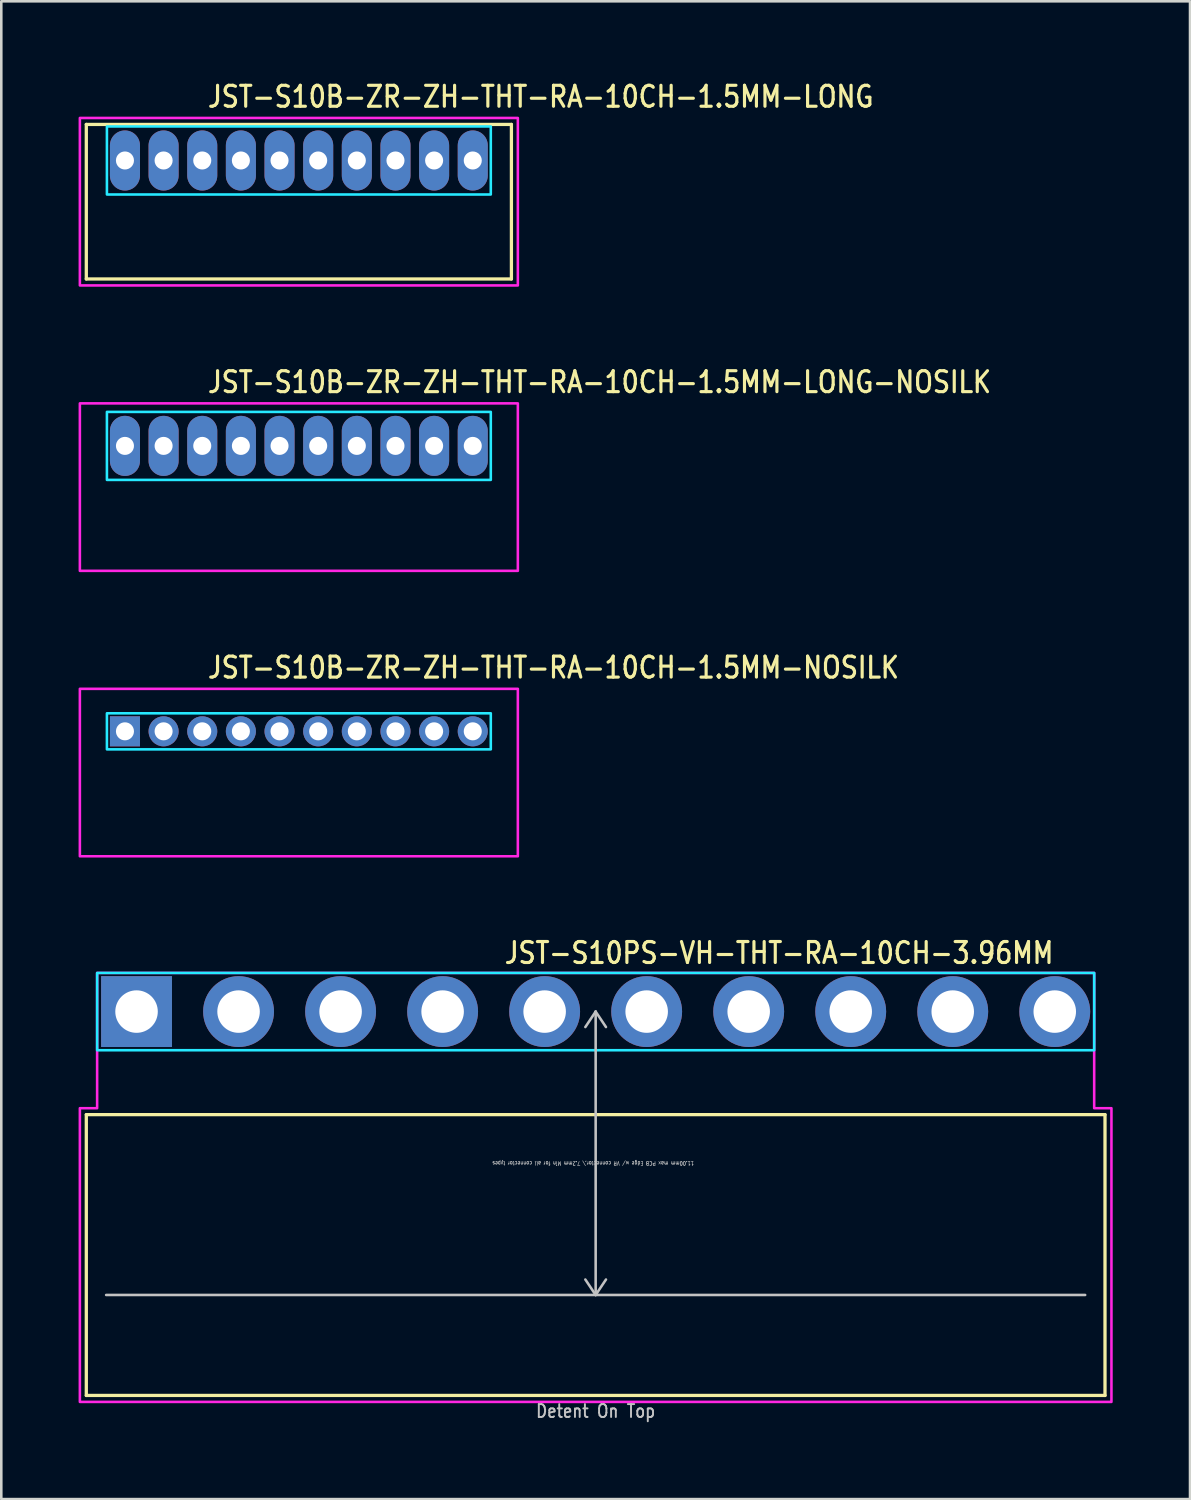
<source format=kicad_pcb>
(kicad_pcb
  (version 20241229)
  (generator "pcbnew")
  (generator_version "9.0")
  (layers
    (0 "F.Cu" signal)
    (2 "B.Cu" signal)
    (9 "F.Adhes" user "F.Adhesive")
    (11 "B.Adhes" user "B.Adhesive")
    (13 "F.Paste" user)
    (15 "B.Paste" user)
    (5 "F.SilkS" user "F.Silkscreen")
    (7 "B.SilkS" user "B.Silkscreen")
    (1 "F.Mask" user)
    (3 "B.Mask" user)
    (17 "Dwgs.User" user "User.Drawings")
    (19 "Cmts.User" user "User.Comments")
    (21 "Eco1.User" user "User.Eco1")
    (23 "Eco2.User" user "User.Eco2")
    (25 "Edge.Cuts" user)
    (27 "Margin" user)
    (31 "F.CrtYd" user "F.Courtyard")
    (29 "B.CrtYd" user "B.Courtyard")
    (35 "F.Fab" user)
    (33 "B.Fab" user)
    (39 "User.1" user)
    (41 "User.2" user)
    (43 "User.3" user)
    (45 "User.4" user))
  (footprint "JST-S10B-ZR-ZH-THT-RA-10CH-1.5MM-LONG-NOSILK"
    (layer "F.Cu")
    (at 8.55 14.257)
    (property "Reference" "JST-S10B-ZR-ZH-THT-RA-10CH-1.5MM-LONG-NOSILK" (at -3.6 -2 0) (unlocked yes) (layer "F.SilkS") (effects (font (size 0.813 0.695) (thickness 0.122)) (justify left bottom)))
    (fp_poly (pts (xy -7.45 -1.32) (xy -7.45 1.32) (xy 7.45 1.32) (xy 7.45 -1.32)) (stroke (width 0.1) (type solid)) (fill no) (layer "B.CrtYd"))
    (fp_poly (pts (xy -8.5 -1.65) (xy -8.5 4.85) (xy 8.5 4.85) (xy 8.5 -1.65)) (stroke (width 0.1) (type solid)) (fill no) (layer "F.CrtYd"))
    (pad "1" thru_hole oval (at -6.75 0 90) (size 2.333 1.167) (drill 0.7) (layers "*.Cu" "*.Mask"))
    (pad "2" thru_hole oval (at -5.25 0 90) (size 2.333 1.167) (drill 0.7) (layers "*.Cu" "*.Mask"))
    (pad "3" thru_hole oval (at -3.75 0 90) (size 2.333 1.167) (drill 0.7) (layers "*.Cu" "*.Mask"))
    (pad "4" thru_hole oval (at -2.25 0 90) (size 2.333 1.167) (drill 0.7) (layers "*.Cu" "*.Mask"))
    (pad "5" thru_hole oval (at -0.75 0 90) (size 2.333 1.167) (drill 0.7) (layers "*.Cu" "*.Mask"))
    (pad "6" thru_hole oval (at 0.75 0 90) (size 2.333 1.167) (drill 0.7) (layers "*.Cu" "*.Mask"))
    (pad "7" thru_hole oval (at 2.25 0 90) (size 2.333 1.167) (drill 0.7) (layers "*.Cu" "*.Mask"))
    (pad "8" thru_hole oval (at 3.75 0 90) (size 2.333 1.167) (drill 0.7) (layers "*.Cu" "*.Mask"))
    (pad "9" thru_hole oval (at 5.25 0 90) (size 2.333 1.167) (drill 0.7) (layers "*.Cu" "*.Mask"))
    (pad "10" thru_hole oval (at 6.75 0 90) (size 2.333 1.167) (drill 0.7) (layers "*.Cu" "*.Mask")))
  (footprint "JST-S10PS-VH-THT-RA-10CH-3.96MM"
    (layer "F.Cu")
    (at 20.07 36.214)
    (property "Reference" "JST-S10PS-VH-THT-RA-10CH-3.96MM" (at -3.6 -1.8 0) (unlocked yes) (layer "F.SilkS") (effects (font (size 0.813 0.695) (thickness 0.122)) (justify left bottom)))
    (fp_line (start -19.77 4) (end 19.77 4) (stroke (width 0.127) (type solid)) (layer "F.SilkS"))
    (fp_line (start -19.77 14.9) (end -19.77 4) (stroke (width 0.127) (type solid)) (layer "F.SilkS"))
    (fp_line (start -19.77 14.9) (end 19.77 14.9) (stroke (width 0.127) (type solid)) (layer "F.SilkS"))
    (fp_line (start 19.77 4) (end 19.77 14.9) (stroke (width 0.127) (type solid)) (layer "F.SilkS"))
    (fp_line (start -19 11) (end 19 11) (stroke (width 0.1) (type solid)) (layer "Dwgs.User"))
    (fp_line (start 0 0) (end -0.4 0.6) (stroke (width 0.1) (type solid)) (layer "Dwgs.User"))
    (fp_line (start 0 0) (end 0 11) (stroke (width 0.1) (type solid)) (layer "Dwgs.User"))
    (fp_line (start 0 0) (end 0.4 0.6) (stroke (width 0.1) (type solid)) (layer "Dwgs.User"))
    (fp_line (start 0 11) (end -0.4 10.4) (stroke (width 0.1) (type solid)) (layer "Dwgs.User"))
    (fp_line (start 0 11) (end 0.4 10.4) (stroke (width 0.1) (type solid)) (layer "Dwgs.User"))
    (fp_poly (pts (xy -19.35 -1.5) (xy -19.35 1.5) (xy 19.35 1.5) (xy 19.35 -1.5)) (stroke (width 0.1) (type solid)) (fill no) (layer "B.CrtYd"))
    (fp_poly (pts (xy -20.02 3.75) (xy -20.02 15.15) (xy 20.02 15.15) (xy 20.02 3.75) (xy 19.35 3.75) (xy 19.35 -1.5) (xy -19.35 -1.5) (xy -19.35 3.75)) (stroke (width 0.1) (type solid)) (fill no) (layer "F.CrtYd"))
    (fp_text user "11.00mm max PCB Edge w/ VR connector,\\ 7.2mm Min for all connector types" (at -0.1 5.8 180) (unlocked yes) (layer "Dwgs.User") (effects (font (size 0.15 0.128) (thickness 0.022)) (justify bottom)))
    (fp_text user "Detent On Top" (at 0 15.8 0) (unlocked yes) (layer "Dwgs.User") (effects (font (size 0.5 0.427) (thickness 0.075)) (justify bottom)))
    (pad "1" thru_hole rect (at -17.82 0) (size 2.75 2.75) (drill 1.65) (layers "*.Cu" "*.Mask"))
    (pad "2" thru_hole oval (at -13.86 0) (size 2.75 2.75) (drill 1.65) (layers "*.Cu" "*.Mask"))
    (pad "3" thru_hole oval (at -9.9 0) (size 2.75 2.75) (drill 1.65) (layers "*.Cu" "*.Mask"))
    (pad "4" thru_hole oval (at -5.94 0) (size 2.75 2.75) (drill 1.65) (layers "*.Cu" "*.Mask"))
    (pad "5" thru_hole oval (at -1.98 0) (size 2.75 2.75) (drill 1.65) (layers "*.Cu" "*.Mask"))
    (pad "6" thru_hole oval (at 1.98 0) (size 2.75 2.75) (drill 1.65) (layers "*.Cu" "*.Mask"))
    (pad "7" thru_hole oval (at 5.94 0) (size 2.75 2.75) (drill 1.65) (layers "*.Cu" "*.Mask"))
    (pad "8" thru_hole oval (at 9.9 0) (size 2.75 2.75) (drill 1.65) (layers "*.Cu" "*.Mask"))
    (pad "9" thru_hole oval (at 13.86 0) (size 2.75 2.75) (drill 1.65) (layers "*.Cu" "*.Mask"))
    (pad "10" thru_hole oval (at 17.82 0) (size 2.75 2.75) (drill 1.65) (layers "*.Cu" "*.Mask")))
  (footprint "JST-S10B-ZR-ZH-THT-RA-10CH-1.5MM-LONG"
    (layer "F.Cu")
    (at 8.55 3.179)
    (property "Reference" "JST-S10B-ZR-ZH-THT-RA-10CH-1.5MM-LONG" (at -3.6 -2 0) (unlocked yes) (layer "F.SilkS") (effects (font (size 0.813 0.695) (thickness 0.122)) (justify left bottom)))
    (fp_line (start -8.25 -1.4) (end 8.25 -1.4) (stroke (width 0.127) (type solid)) (layer "F.SilkS"))
    (fp_line (start -8.25 4.6) (end -8.25 -1.4) (stroke (width 0.127) (type solid)) (layer "F.SilkS"))
    (fp_line (start -8.25 4.6) (end 8.25 4.6) (stroke (width 0.127) (type solid)) (layer "F.SilkS"))
    (fp_line (start 8.25 -1.4) (end 8.25 4.6) (stroke (width 0.127) (type solid)) (layer "F.SilkS"))
    (fp_poly (pts (xy -7.45 -1.32) (xy -7.45 1.32) (xy 7.45 1.32) (xy 7.45 -1.32)) (stroke (width 0.1) (type solid)) (fill no) (layer "B.CrtYd"))
    (fp_poly (pts (xy -8.5 -1.65) (xy -8.5 4.85) (xy 8.5 4.85) (xy 8.5 -1.65)) (stroke (width 0.1) (type solid)) (fill no) (layer "F.CrtYd"))
    (pad "1" thru_hole oval (at -6.75 0 90) (size 2.333 1.167) (drill 0.7) (layers "*.Cu" "*.Mask"))
    (pad "2" thru_hole oval (at -5.25 0 90) (size 2.333 1.167) (drill 0.7) (layers "*.Cu" "*.Mask"))
    (pad "3" thru_hole oval (at -3.75 0 90) (size 2.333 1.167) (drill 0.7) (layers "*.Cu" "*.Mask"))
    (pad "4" thru_hole oval (at -2.25 0 90) (size 2.333 1.167) (drill 0.7) (layers "*.Cu" "*.Mask"))
    (pad "5" thru_hole oval (at -0.75 0 90) (size 2.333 1.167) (drill 0.7) (layers "*.Cu" "*.Mask"))
    (pad "6" thru_hole oval (at 0.75 0 90) (size 2.333 1.167) (drill 0.7) (layers "*.Cu" "*.Mask"))
    (pad "7" thru_hole oval (at 2.25 0 90) (size 2.333 1.167) (drill 0.7) (layers "*.Cu" "*.Mask"))
    (pad "8" thru_hole oval (at 3.75 0 90) (size 2.333 1.167) (drill 0.7) (layers "*.Cu" "*.Mask"))
    (pad "9" thru_hole oval (at 5.25 0 90) (size 2.333 1.167) (drill 0.7) (layers "*.Cu" "*.Mask"))
    (pad "10" thru_hole oval (at 6.75 0 90) (size 2.333 1.167) (drill 0.7) (layers "*.Cu" "*.Mask")))
  (footprint "JST-S10B-ZR-ZH-THT-RA-10CH-1.5MM-NOSILK"
    (layer "F.Cu")
    (at 8.55 25.336)
    (property "Reference" "JST-S10B-ZR-ZH-THT-RA-10CH-1.5MM-NOSILK" (at -3.6 -2 0) (unlocked yes) (layer "F.SilkS") (effects (font (size 0.813 0.695) (thickness 0.122)) (justify left bottom)))
    (fp_poly (pts (xy -7.45 -0.7) (xy -7.45 0.7) (xy 7.45 0.7) (xy 7.45 -0.7)) (stroke (width 0.1) (type solid)) (fill no) (layer "B.CrtYd"))
    (fp_poly (pts (xy -8.5 -1.65) (xy -8.5 4.85) (xy 8.5 4.85) (xy 8.5 -1.65)) (stroke (width 0.1) (type solid)) (fill no) (layer "F.CrtYd"))
    (pad "1" thru_hole rect (at -6.75 0) (size 1.167 1.167) (drill 0.7) (layers "*.Cu" "*.Mask"))
    (pad "2" thru_hole oval (at -5.25 0) (size 1.167 1.167) (drill 0.7) (layers "*.Cu" "*.Mask"))
    (pad "3" thru_hole oval (at -3.75 0) (size 1.167 1.167) (drill 0.7) (layers "*.Cu" "*.Mask"))
    (pad "4" thru_hole oval (at -2.25 0) (size 1.167 1.167) (drill 0.7) (layers "*.Cu" "*.Mask"))
    (pad "5" thru_hole oval (at -0.75 0) (size 1.167 1.167) (drill 0.7) (layers "*.Cu" "*.Mask"))
    (pad "6" thru_hole oval (at 0.75 0) (size 1.167 1.167) (drill 0.7) (layers "*.Cu" "*.Mask"))
    (pad "7" thru_hole oval (at 2.25 0) (size 1.167 1.167) (drill 0.7) (layers "*.Cu" "*.Mask"))
    (pad "8" thru_hole oval (at 3.75 0) (size 1.167 1.167) (drill 0.7) (layers "*.Cu" "*.Mask"))
    (pad "9" thru_hole oval (at 5.25 0) (size 1.167 1.167) (drill 0.7) (layers "*.Cu" "*.Mask"))
    (pad "10" thru_hole oval (at 6.75 0) (size 1.167 1.167) (drill 0.7) (layers "*.Cu" "*.Mask")))
  (gr_rect
    (start -3 -3)
    (end 43.14 55.137)
    (stroke (width 0.1) (type default))
    (fill no)
    (layer "Edge.Cuts")))
</source>
